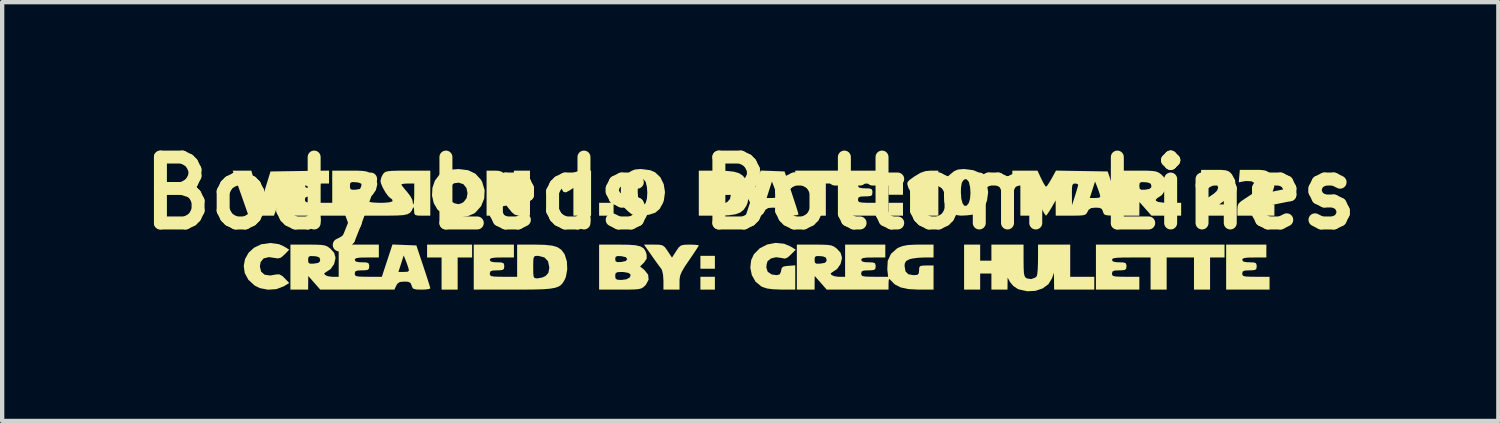
<source format=kicad_pcb>
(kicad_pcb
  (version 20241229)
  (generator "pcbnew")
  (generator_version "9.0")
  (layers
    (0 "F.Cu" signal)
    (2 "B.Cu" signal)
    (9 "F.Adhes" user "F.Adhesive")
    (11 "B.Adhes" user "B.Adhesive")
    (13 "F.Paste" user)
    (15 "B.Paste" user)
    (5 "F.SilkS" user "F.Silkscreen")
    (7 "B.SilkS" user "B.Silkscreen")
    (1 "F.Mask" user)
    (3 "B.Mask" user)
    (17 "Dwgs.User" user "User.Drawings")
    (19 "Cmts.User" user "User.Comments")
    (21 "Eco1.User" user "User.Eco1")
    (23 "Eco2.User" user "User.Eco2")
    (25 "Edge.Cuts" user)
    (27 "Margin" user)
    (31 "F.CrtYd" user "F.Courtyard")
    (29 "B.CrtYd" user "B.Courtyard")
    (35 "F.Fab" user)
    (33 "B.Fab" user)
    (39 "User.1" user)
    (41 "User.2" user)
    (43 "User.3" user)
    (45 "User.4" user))
  (footprint "Body Leds Bottom Lines"
    (layer "F.Cu")
    (at 14.304 1.418)
    (property "Reference" "Body Leds Bottom Lines" (at 0 0 0) (layer "F.SilkS") (effects (font (size 1.524 1.524) (thickness 0.3))))
    (attr board_only exclude_from_pos_files exclude_from_bom)
    (fp_poly (pts (xy -3.161 0.521) (xy -3.496 0.521) (xy -3.496 0.223) (xy -3.161 0.223)) (stroke (width 0) (type solid)) (fill yes) (layer "F.SilkS"))
    (fp_poly (pts (xy -0.818 1.748) (xy -1.153 1.748) (xy -1.153 1.45) (xy -0.818 1.45)) (stroke (width 0) (type solid)) (fill yes) (layer "F.SilkS"))
    (fp_poly (pts (xy -0.818 2.231) (xy -1.153 2.231) (xy -1.153 1.934) (xy -0.818 1.934)) (stroke (width 0) (type solid)) (fill yes) (layer "F.SilkS"))
    (fp_poly (pts (xy 3.533 0.037) (xy 3.198 0.037) (xy 3.198 -0.26) (xy 3.533 -0.26)) (stroke (width 0) (type solid)) (fill yes) (layer "F.SilkS"))
    (fp_poly (pts (xy 3.533 0.521) (xy 3.198 0.521) (xy 3.198 0.223) (xy 3.533 0.223)) (stroke (width 0) (type solid)) (fill yes) (layer "F.SilkS"))
    (fp_poly (pts (xy -6.434 1.488) (xy -6.768 1.488) (xy -6.768 2.231) (xy -7.14 2.231) (xy -7.14 1.488) (xy -7.475 1.488) (xy -7.475 1.19) (xy -6.434 1.19)) (stroke (width 0) (type solid)) (fill yes) (layer "F.SilkS"))
    (fp_poly (pts (xy 2.083 -0.223) (xy 1.748 -0.223) (xy 1.748 0.521) (xy 1.376 0.521) (xy 1.376 -0.223) (xy 1.041 -0.223) (xy 1.041 -0.521) (xy 2.083 -0.521)) (stroke (width 0) (type solid)) (fill yes) (layer "F.SilkS"))
    (fp_poly (pts (xy -3.682 0.521) (xy -4.091 0.521) (xy -4.091 -0.12) (xy -4.185 -0.059) (xy -4.268 -0.017) (xy -4.324 -0.033) (xy -4.37 -0.113) (xy -4.383 -0.149) (xy -4.401 -0.212) (xy -4.392 -0.26) (xy -4.346 -0.308) (xy -4.251 -0.376) (xy -4.229 -0.391) (xy -4.095 -0.471) (xy -3.98 -0.51) (xy -3.859 -0.521) (xy -3.682 -0.521)) (stroke (width 0) (type solid)) (fill yes) (layer "F.SilkS"))
    (fp_poly (pts (xy 4.351 0.521) (xy 3.942 0.521) (xy 3.942 -0.12) (xy 3.848 -0.059) (xy 3.765 -0.017) (xy 3.708 -0.033) (xy 3.663 -0.113) (xy 3.65 -0.149) (xy 3.632 -0.212) (xy 3.641 -0.26) (xy 3.687 -0.308) (xy 3.782 -0.376) (xy 3.804 -0.391) (xy 3.938 -0.471) (xy 4.052 -0.51) (xy 4.174 -0.521) (xy 4.351 -0.521)) (stroke (width 0) (type solid)) (fill yes) (layer "F.SilkS"))
    (fp_poly (pts (xy -5.815 -0.516) (xy -5.74 -0.49) (xy -5.667 -0.429) (xy -5.607 -0.363) (xy -5.469 -0.205) (xy -5.468 -0.363) (xy -5.467 -0.521) (xy -5.095 -0.521) (xy -5.095 0.521) (xy -5.276 0.521) (xy -5.381 0.516) (xy -5.453 0.494) (xy -5.517 0.439) (xy -5.592 0.347) (xy -5.727 0.174) (xy -5.727 0.521) (xy -6.099 0.521) (xy -6.099 -0.521) (xy -5.922 -0.521)) (stroke (width 0) (type solid)) (fill yes) (layer "F.SilkS"))
    (fp_poly (pts (xy 3.049 -0.223) (xy 2.771 -0.223) (xy 2.623 -0.22) (xy 2.537 -0.21) (xy 2.498 -0.189) (xy 2.492 -0.167) (xy 2.514 -0.131) (xy 2.588 -0.114) (xy 2.659 -0.112) (xy 2.762 -0.108) (xy 2.811 -0.089) (xy 2.826 -0.044) (xy 2.826 -0.019) (xy 2.819 0.039) (xy 2.785 0.066) (xy 2.704 0.074) (xy 2.659 0.074) (xy 2.554 0.079) (xy 2.505 0.099) (xy 2.492 0.143) (xy 2.492 0.149) (xy 2.498 0.185) (xy 2.525 0.207) (xy 2.588 0.218) (xy 2.702 0.223) (xy 2.808 0.223) (xy 3.124 0.223) (xy 3.124 0.521) (xy 2.12 0.521) (xy 2.12 -0.521) (xy 3.049 -0.521)) (stroke (width 0) (type solid)) (fill yes) (layer "F.SilkS"))
    (fp_poly (pts (xy 11.938 1.488) (xy 11.659 1.488) (xy 11.512 1.49) (xy 11.425 1.501) (xy 11.386 1.522) (xy 11.38 1.543) (xy 11.402 1.58) (xy 11.476 1.597) (xy 11.547 1.599) (xy 11.65 1.603) (xy 11.699 1.622) (xy 11.714 1.667) (xy 11.714 1.692) (xy 11.708 1.749) (xy 11.673 1.777) (xy 11.592 1.785) (xy 11.547 1.785) (xy 11.443 1.79) (xy 11.393 1.81) (xy 11.38 1.854) (xy 11.38 1.859) (xy 11.386 1.896) (xy 11.413 1.918) (xy 11.476 1.929) (xy 11.59 1.933) (xy 11.696 1.934) (xy 12.012 1.934) (xy 12.012 2.231) (xy 11.008 2.231) (xy 11.008 1.19) (xy 11.938 1.19)) (stroke (width 0) (type solid)) (fill yes) (layer "F.SilkS"))
    (fp_poly (pts (xy 10.896 -0.538) (xy 10.995 -0.529) (xy 11.059 -0.509) (xy 11.107 -0.473) (xy 11.141 -0.435) (xy 11.215 -0.299) (xy 11.227 -0.148) (xy 11.192 -0.034) (xy 11.139 0.031) (xy 11.05 0.112) (xy 11 0.15) (xy 10.848 0.26) (xy 11.231 0.26) (xy 11.231 0.521) (xy 10.376 0.521) (xy 10.376 0.377) (xy 10.38 0.299) (xy 10.403 0.242) (xy 10.458 0.189) (xy 10.559 0.121) (xy 10.599 0.096) (xy 10.724 0.012) (xy 10.794 -0.054) (xy 10.821 -0.113) (xy 10.822 -0.131) (xy 10.791 -0.222) (xy 10.704 -0.274) (xy 10.574 -0.281) (xy 10.54 -0.276) (xy 10.408 -0.251) (xy 10.431 -0.539) (xy 10.742 -0.539)) (stroke (width 0) (type solid)) (fill yes) (layer "F.SilkS"))
    (fp_poly (pts (xy 11.788 -0.538) (xy 11.887 -0.529) (xy 11.951 -0.509) (xy 11.999 -0.473) (xy 12.034 -0.435) (xy 12.107 -0.299) (xy 12.12 -0.148) (xy 12.084 -0.034) (xy 12.032 0.031) (xy 11.943 0.112) (xy 11.893 0.15) (xy 11.741 0.26) (xy 12.124 0.26) (xy 12.124 0.521) (xy 11.268 0.521) (xy 11.268 0.377) (xy 11.273 0.299) (xy 11.295 0.242) (xy 11.35 0.189) (xy 11.452 0.121) (xy 11.491 0.096) (xy 11.617 0.012) (xy 11.687 -0.054) (xy 11.713 -0.113) (xy 11.714 -0.131) (xy 11.683 -0.222) (xy 11.597 -0.274) (xy 11.466 -0.281) (xy 11.433 -0.276) (xy 11.3 -0.251) (xy 11.324 -0.539) (xy 11.634 -0.539)) (stroke (width 0) (type solid)) (fill yes) (layer "F.SilkS"))
    (fp_poly (pts (xy -10.899 1.181) (xy -10.789 1.23) (xy -10.664 1.306) (xy -10.77 1.417) (xy -10.853 1.49) (xy -10.924 1.51) (xy -10.97 1.503) (xy -11.135 1.479) (xy -11.255 1.509) (xy -11.325 1.591) (xy -11.343 1.692) (xy -11.315 1.814) (xy -11.235 1.885) (xy -11.105 1.905) (xy -10.97 1.881) (xy -10.894 1.877) (xy -10.822 1.917) (xy -10.77 1.967) (xy -10.664 2.078) (xy -10.789 2.154) (xy -10.961 2.22) (xy -11.156 2.233) (xy -11.346 2.196) (xy -11.464 2.137) (xy -11.61 2.002) (xy -11.693 1.847) (xy -11.716 1.684) (xy -11.686 1.524) (xy -11.605 1.379) (xy -11.478 1.262) (xy -11.309 1.182) (xy -11.103 1.153) (xy -11.101 1.153)) (stroke (width 0) (type solid)) (fill yes) (layer "F.SilkS"))
    (fp_poly (pts (xy -2.108 1.192) (xy -2.031 1.207) (xy -1.977 1.247) (xy -1.922 1.322) (xy -1.91 1.341) (xy -1.81 1.491) (xy -1.714 1.341) (xy -1.656 1.256) (xy -1.603 1.211) (xy -1.53 1.194) (xy -1.41 1.19) (xy -1.404 1.19) (xy -1.289 1.193) (xy -1.211 1.201) (xy -1.19 1.209) (xy -1.21 1.245) (xy -1.264 1.329) (xy -1.343 1.447) (xy -1.413 1.549) (xy -1.516 1.701) (xy -1.581 1.811) (xy -1.618 1.898) (xy -1.634 1.979) (xy -1.636 2.051) (xy -1.636 2.231) (xy -2.008 2.231) (xy -2.008 2.02) (xy -2.017 1.887) (xy -2.04 1.785) (xy -2.057 1.751) (xy -2.101 1.694) (xy -2.174 1.594) (xy -2.261 1.472) (xy -2.282 1.441) (xy -2.458 1.19) (xy -2.234 1.19)) (stroke (width 0) (type solid)) (fill yes) (layer "F.SilkS"))
    (fp_poly (pts (xy 0.784 1.17) (xy 0.926 1.23) (xy 1.053 1.307) (xy 0.939 1.421) (xy 0.86 1.491) (xy 0.799 1.514) (xy 0.726 1.5) (xy 0.719 1.498) (xy 0.598 1.482) (xy 0.482 1.509) (xy 0.402 1.572) (xy 0.401 1.573) (xy 0.38 1.642) (xy 0.372 1.719) (xy 0.404 1.819) (xy 0.494 1.88) (xy 0.609 1.897) (xy 0.68 1.88) (xy 0.71 1.817) (xy 0.713 1.794) (xy 0.729 1.729) (xy 0.772 1.696) (xy 0.863 1.682) (xy 0.883 1.681) (xy 1.041 1.669) (xy 1.041 2.231) (xy 0.716 2.23) (xy 0.526 2.223) (xy 0.389 2.205) (xy 0.285 2.171) (xy 0.256 2.157) (xy 0.123 2.048) (xy 0.037 1.897) (xy 0.001 1.724) (xy 0.021 1.549) (xy 0.084 1.413) (xy 0.219 1.276) (xy 0.394 1.187) (xy 0.589 1.15)) (stroke (width 0) (type solid)) (fill yes) (layer "F.SilkS"))
    (fp_poly (pts (xy 0.517 -0.513) (xy 0.793 -0.502) (xy 0.954 -0.02) (xy 1.013 0.159) (xy 1.063 0.311) (xy 1.098 0.425) (xy 1.115 0.486) (xy 1.116 0.492) (xy 1.082 0.508) (xy 0.995 0.518) (xy 0.912 0.521) (xy 0.793 0.517) (xy 0.729 0.502) (xy 0.697 0.467) (xy 0.685 0.428) (xy 0.658 0.366) (xy 0.603 0.34) (xy 0.516 0.335) (xy 0.413 0.344) (xy 0.354 0.382) (xy 0.328 0.428) (xy 0.294 0.483) (xy 0.241 0.511) (xy 0.147 0.52) (xy 0.09 0.521) (xy -0.105 0.521) (xy 0.031 0.112) (xy 0.379 0.112) (xy 0.508 0.112) (xy 0.593 0.106) (xy 0.621 0.082) (xy 0.612 0.028) (xy 0.578 -0.07) (xy 0.543 -0.163) (xy 0.501 -0.269) (xy 0.44 -0.079) (xy 0.379 0.112) (xy 0.031 0.112) (xy 0.068 -0.001) (xy 0.241 -0.523)) (stroke (width 0) (type solid)) (fill yes) (layer "F.SilkS"))
    (fp_poly (pts (xy 10.971 1.488) (xy 10.636 1.488) (xy 10.636 2.231) (xy 10.264 2.231) (xy 10.264 1.488) (xy 9.632 1.488) (xy 9.632 2.231) (xy 9.26 2.231) (xy 9.26 1.488) (xy 8.814 1.488) (xy 8.621 1.489) (xy 8.492 1.494) (xy 8.414 1.504) (xy 8.376 1.521) (xy 8.367 1.543) (xy 8.389 1.58) (xy 8.464 1.597) (xy 8.535 1.599) (xy 8.638 1.603) (xy 8.687 1.622) (xy 8.702 1.667) (xy 8.702 1.692) (xy 8.695 1.749) (xy 8.661 1.777) (xy 8.58 1.785) (xy 8.535 1.785) (xy 8.43 1.79) (xy 8.381 1.81) (xy 8.368 1.854) (xy 8.367 1.859) (xy 8.373 1.896) (xy 8.401 1.918) (xy 8.464 1.929) (xy 8.578 1.933) (xy 8.684 1.934) (xy 9 1.934) (xy 9 2.231) (xy 7.996 2.231) (xy 7.996 1.19) (xy 10.971 1.19)) (stroke (width 0) (type solid)) (fill yes) (layer "F.SilkS"))
    (fp_poly (pts (xy -0.548 -0.515) (xy -0.378 -0.497) (xy -0.256 -0.46) (xy -0.169 -0.402) (xy -0.103 -0.317) (xy -0.087 -0.288) (xy -0.039 -0.131) (xy -0.031 0.053) (xy -0.063 0.227) (xy -0.089 0.29) (xy -0.15 0.382) (xy -0.23 0.447) (xy -0.342 0.489) (xy -0.498 0.512) (xy -0.713 0.52) (xy -0.779 0.521) (xy -1.19 0.521) (xy -1.19 0) (xy -0.818 0) (xy -0.817 0.136) (xy -0.809 0.214) (xy -0.789 0.25) (xy -0.749 0.26) (xy -0.715 0.26) (xy -0.604 0.239) (xy -0.529 0.202) (xy -0.468 0.133) (xy -0.447 0.025) (xy -0.446 0) (xy -0.476 -0.137) (xy -0.56 -0.225) (xy -0.695 -0.26) (xy -0.715 -0.26) (xy -0.769 -0.258) (xy -0.8 -0.238) (xy -0.814 -0.187) (xy -0.818 -0.086) (xy -0.818 0) (xy -1.19 0) (xy -1.19 -0.521) (xy -0.779 -0.521)) (stroke (width 0) (type solid)) (fill yes) (layer "F.SilkS"))
    (fp_poly (pts (xy -6.527 -0.531) (xy -6.357 -0.45) (xy -6.231 -0.312) (xy -6.201 -0.26) (xy -6.144 -0.069) (xy -6.154 0.124) (xy -6.226 0.301) (xy -6.357 0.448) (xy -6.393 0.473) (xy -6.538 0.534) (xy -6.719 0.56) (xy -6.908 0.55) (xy -7.074 0.503) (xy -7.101 0.49) (xy -7.235 0.379) (xy -7.322 0.229) (xy -7.361 0.056) (xy -7.358 0) (xy -6.953 0) (xy -6.941 0.127) (xy -6.897 0.202) (xy -6.843 0.233) (xy -6.751 0.255) (xy -6.672 0.231) (xy -6.628 0.202) (xy -6.561 0.115) (xy -6.54 -0.001) (xy -6.564 -0.117) (xy -6.633 -0.205) (xy -6.636 -0.207) (xy -6.743 -0.243) (xy -6.85 -0.229) (xy -6.926 -0.172) (xy -6.944 -0.108) (xy -6.953 -0.01) (xy -6.953 0) (xy -7.358 0) (xy -7.352 -0.122) (xy -7.295 -0.289) (xy -7.191 -0.426) (xy -7.101 -0.49) (xy -6.937 -0.543) (xy -6.747 -0.558)) (stroke (width 0) (type solid)) (fill yes) (layer "F.SilkS"))
    (fp_poly (pts (xy 5.318 1.562) (xy 5.578 1.562) (xy 5.578 1.19) (xy 6.322 1.19) (xy 6.322 1.561) (xy 6.324 1.733) (xy 6.33 1.845) (xy 6.344 1.913) (xy 6.367 1.951) (xy 6.394 1.97) (xy 6.495 1.988) (xy 6.592 1.954) (xy 6.628 1.918) (xy 6.64 1.865) (xy 6.65 1.757) (xy 6.655 1.612) (xy 6.656 1.534) (xy 6.657 1.19) (xy 7.401 1.19) (xy 7.401 1.934) (xy 7.958 1.934) (xy 7.958 2.231) (xy 7.029 2.231) (xy 7.027 2.036) (xy 7.024 1.841) (xy 6.98 1.97) (xy 6.897 2.105) (xy 6.763 2.204) (xy 6.594 2.26) (xy 6.406 2.269) (xy 6.216 2.227) (xy 6.185 2.214) (xy 6.085 2.147) (xy 6.01 2.058) (xy 5.953 1.952) (xy 5.95 2.231) (xy 5.578 2.231) (xy 5.578 1.859) (xy 5.318 1.859) (xy 5.318 2.231) (xy 4.946 2.231) (xy 4.946 1.19) (xy 5.318 1.19)) (stroke (width 0) (type solid)) (fill yes) (layer "F.SilkS"))
    (fp_poly (pts (xy -2.313 -0.531) (xy -2.201 -0.483) (xy -2.079 -0.367) (xy -2.001 -0.207) (xy -1.972 -0.023) (xy -1.998 0.167) (xy -2.022 0.234) (xy -2.098 0.368) (xy -2.199 0.453) (xy -2.343 0.499) (xy -2.471 0.514) (xy -2.603 0.52) (xy -2.689 0.51) (xy -2.757 0.477) (xy -2.836 0.411) (xy -2.85 0.397) (xy -2.923 0.328) (xy -2.965 0.27) (xy -2.986 0.2) (xy -2.993 0.096) (xy -2.994 -0.019) (xy -2.994 -0.021) (xy -2.603 -0.021) (xy -2.592 0.133) (xy -2.562 0.241) (xy -2.518 0.295) (xy -2.467 0.288) (xy -2.419 0.226) (xy -2.39 0.127) (xy -2.381 -0.006) (xy -2.39 -0.142) (xy -2.416 -0.251) (xy -2.432 -0.28) (xy -2.48 -0.327) (xy -2.527 -0.313) (xy -2.543 -0.301) (xy -2.581 -0.241) (xy -2.6 -0.132) (xy -2.603 -0.021) (xy -2.994 -0.021) (xy -2.992 -0.164) (xy -2.983 -0.257) (xy -2.957 -0.322) (xy -2.909 -0.38) (xy -2.855 -0.431) (xy -2.759 -0.509) (xy -2.672 -0.546) (xy -2.556 -0.557) (xy -2.52 -0.558)) (stroke (width 0) (type solid)) (fill yes) (layer "F.SilkS"))
    (fp_poly (pts (xy 5.162 -0.531) (xy 5.274 -0.483) (xy 5.396 -0.367) (xy 5.474 -0.207) (xy 5.503 -0.023) (xy 5.477 0.167) (xy 5.453 0.234) (xy 5.377 0.368) (xy 5.276 0.453) (xy 5.132 0.499) (xy 5.004 0.514) (xy 4.872 0.52) (xy 4.786 0.51) (xy 4.718 0.477) (xy 4.639 0.411) (xy 4.625 0.397) (xy 4.552 0.328) (xy 4.51 0.27) (xy 4.489 0.2) (xy 4.482 0.096) (xy 4.481 -0.019) (xy 4.481 -0.021) (xy 4.872 -0.021) (xy 4.883 0.133) (xy 4.913 0.241) (xy 4.957 0.295) (xy 5.008 0.288) (xy 5.056 0.226) (xy 5.084 0.127) (xy 5.094 -0.006) (xy 5.085 -0.142) (xy 5.059 -0.251) (xy 5.043 -0.28) (xy 4.995 -0.327) (xy 4.948 -0.313) (xy 4.932 -0.301) (xy 4.894 -0.241) (xy 4.875 -0.132) (xy 4.872 -0.021) (xy 4.481 -0.021) (xy 4.483 -0.164) (xy 4.492 -0.257) (xy 4.518 -0.322) (xy 4.566 -0.38) (xy 4.62 -0.431) (xy 4.716 -0.509) (xy 4.803 -0.546) (xy 4.919 -0.557) (xy 4.955 -0.558)) (stroke (width 0) (type solid)) (fill yes) (layer "F.SilkS"))
    (fp_poly (pts (xy -2.81 1.193) (xy -2.648 1.206) (xy -2.536 1.233) (xy -2.465 1.278) (xy -2.421 1.344) (xy -2.397 1.421) (xy -2.395 1.514) (xy -2.451 1.598) (xy -2.46 1.608) (xy -2.548 1.696) (xy -2.445 1.78) (xy -2.362 1.886) (xy -2.351 2.001) (xy -2.413 2.117) (xy -2.434 2.14) (xy -2.475 2.177) (xy -2.52 2.203) (xy -2.582 2.219) (xy -2.676 2.227) (xy -2.816 2.231) (xy -3.011 2.231) (xy -3.496 2.231) (xy -3.496 1.915) (xy -3.124 1.915) (xy -3.115 1.976) (xy -3.076 2.002) (xy -2.984 2.008) (xy -2.98 2.008) (xy -2.863 1.992) (xy -2.787 1.95) (xy -2.787 1.95) (xy -2.765 1.889) (xy -2.812 1.846) (xy -2.924 1.825) (xy -2.984 1.823) (xy -3.076 1.828) (xy -3.116 1.855) (xy -3.124 1.915) (xy -3.496 1.915) (xy -3.496 1.525) (xy -3.124 1.525) (xy -3.114 1.576) (xy -3.07 1.595) (xy -2.984 1.592) (xy -2.88 1.57) (xy -2.845 1.526) (xy -2.845 1.525) (xy -2.879 1.48) (xy -2.981 1.458) (xy -2.984 1.457) (xy -3.076 1.455) (xy -3.116 1.477) (xy -3.124 1.525) (xy -3.496 1.525) (xy -3.496 1.19) (xy -3.035 1.19)) (stroke (width 0) (type solid)) (fill yes) (layer "F.SilkS"))
    (fp_poly (pts (xy -5.467 1.488) (xy -5.746 1.488) (xy -5.893 1.49) (xy -5.979 1.501) (xy -6.018 1.522) (xy -6.025 1.543) (xy -6.003 1.58) (xy -5.928 1.597) (xy -5.857 1.599) (xy -5.754 1.603) (xy -5.705 1.622) (xy -5.691 1.667) (xy -5.69 1.692) (xy -5.697 1.749) (xy -5.731 1.777) (xy -5.812 1.785) (xy -5.857 1.785) (xy -5.962 1.79) (xy -6.011 1.81) (xy -6.025 1.854) (xy -6.025 1.859) (xy -6.019 1.896) (xy -5.991 1.918) (xy -5.928 1.929) (xy -5.814 1.933) (xy -5.708 1.934) (xy -5.392 1.934) (xy -5.392 1.711) (xy -5.02 1.711) (xy -5.019 1.847) (xy -5.012 1.924) (xy -4.991 1.96) (xy -4.951 1.97) (xy -4.917 1.971) (xy -4.807 1.95) (xy -4.731 1.913) (xy -4.67 1.844) (xy -4.649 1.736) (xy -4.649 1.711) (xy -4.678 1.574) (xy -4.762 1.486) (xy -4.898 1.451) (xy -4.917 1.45) (xy -4.971 1.453) (xy -5.002 1.472) (xy -5.016 1.524) (xy -5.02 1.625) (xy -5.02 1.711) (xy -5.392 1.711) (xy -5.392 1.19) (xy -4.981 1.19) (xy -4.751 1.195) (xy -4.581 1.214) (xy -4.458 1.25) (xy -4.371 1.309) (xy -4.306 1.394) (xy -4.29 1.423) (xy -4.241 1.58) (xy -4.233 1.763) (xy -4.265 1.938) (xy -4.292 2.001) (xy -4.33 2.068) (xy -4.374 2.12) (xy -4.432 2.16) (xy -4.514 2.189) (xy -4.628 2.209) (xy -4.783 2.222) (xy -4.988 2.228) (xy -5.252 2.231) (xy -5.484 2.231) (xy -6.396 2.231) (xy -6.396 1.19) (xy -5.467 1.19)) (stroke (width 0) (type solid)) (fill yes) (layer "F.SilkS"))
    (fp_poly (pts (xy -8 1.198) (xy -7.723 1.209) (xy -7.562 1.691) (xy -7.503 1.869) (xy -7.454 2.022) (xy -7.418 2.136) (xy -7.401 2.197) (xy -7.401 2.202) (xy -7.434 2.218) (xy -7.521 2.229) (xy -7.604 2.231) (xy -7.723 2.228) (xy -7.788 2.213) (xy -7.819 2.178) (xy -7.832 2.138) (xy -7.858 2.077) (xy -7.914 2.05) (xy -8 2.045) (xy -8.104 2.055) (xy -8.162 2.093) (xy -8.188 2.138) (xy -8.231 2.231) (xy -9.946 2.231) (xy -10.085 2.073) (xy -10.224 1.915) (xy -10.225 2.073) (xy -10.227 2.231) (xy -10.636 2.231) (xy -10.636 1.543) (xy -10.227 1.543) (xy -10.22 1.607) (xy -10.185 1.631) (xy -10.099 1.63) (xy -10.087 1.629) (xy -9.993 1.613) (xy -9.953 1.577) (xy -9.948 1.543) (xy -9.964 1.491) (xy -10.024 1.465) (xy -10.087 1.457) (xy -10.179 1.455) (xy -10.218 1.476) (xy -10.227 1.535) (xy -10.227 1.543) (xy -10.636 1.543) (xy -10.636 1.19) (xy -10.23 1.19) (xy -10.049 1.191) (xy -9.925 1.197) (xy -9.842 1.209) (xy -9.782 1.233) (xy -9.729 1.27) (xy -9.709 1.286) (xy -9.626 1.378) (xy -9.596 1.48) (xy -9.595 1.511) (xy -9.626 1.64) (xy -9.706 1.755) (xy -9.814 1.827) (xy -9.817 1.828) (xy -9.856 1.858) (xy -9.835 1.892) (xy -9.77 1.921) (xy -9.675 1.934) (xy -9.667 1.934) (xy -9.52 1.934) (xy -9.52 1.19) (xy -8.591 1.19) (xy -8.591 1.488) (xy -8.87 1.488) (xy -9.017 1.49) (xy -9.103 1.501) (xy -9.142 1.522) (xy -9.148 1.543) (xy -9.127 1.58) (xy -9.052 1.597) (xy -8.981 1.599) (xy -8.878 1.603) (xy -8.829 1.622) (xy -8.814 1.667) (xy -8.814 1.692) (xy -8.821 1.749) (xy -8.855 1.777) (xy -8.936 1.785) (xy -8.981 1.785) (xy -9.086 1.79) (xy -9.135 1.81) (xy -9.148 1.854) (xy -9.148 1.859) (xy -9.143 1.896) (xy -9.115 1.918) (xy -9.051 1.929) (xy -8.937 1.933) (xy -8.835 1.934) (xy -8.521 1.934) (xy -8.485 1.822) (xy -8.138 1.822) (xy -8.008 1.822) (xy -7.923 1.817) (xy -7.895 1.792) (xy -7.905 1.739) (xy -7.938 1.64) (xy -7.973 1.548) (xy -8.016 1.441) (xy -8.077 1.632) (xy -8.138 1.822) (xy -8.485 1.822) (xy -8.399 1.561) (xy -8.276 1.187)) (stroke (width 0) (type solid)) (fill yes) (layer "F.SilkS"))
    (fp_poly (pts (xy 1.666 1.191) (xy 1.789 1.197) (xy 1.872 1.209) (xy 1.932 1.233) (xy 1.986 1.27) (xy 2.005 1.286) (xy 2.089 1.378) (xy 2.119 1.48) (xy 2.12 1.511) (xy 2.088 1.64) (xy 2.008 1.755) (xy 1.9 1.827) (xy 1.897 1.828) (xy 1.859 1.858) (xy 1.879 1.892) (xy 1.944 1.921) (xy 2.039 1.934) (xy 2.048 1.934) (xy 2.194 1.934) (xy 2.194 1.19) (xy 3.124 1.19) (xy 3.124 1.488) (xy 2.845 1.488) (xy 2.698 1.49) (xy 2.611 1.501) (xy 2.572 1.522) (xy 2.566 1.543) (xy 2.588 1.58) (xy 2.662 1.597) (xy 2.733 1.599) (xy 2.837 1.603) (xy 2.886 1.622) (xy 2.9 1.667) (xy 2.901 1.692) (xy 2.894 1.749) (xy 2.86 1.777) (xy 2.779 1.785) (xy 2.733 1.785) (xy 2.629 1.79) (xy 2.579 1.81) (xy 2.566 1.854) (xy 2.566 1.859) (xy 2.572 1.896) (xy 2.6 1.918) (xy 2.664 1.929) (xy 2.779 1.933) (xy 2.878 1.934) (xy 3.189 1.934) (xy 3.17 1.761) (xy 3.18 1.566) (xy 3.255 1.404) (xy 3.391 1.282) (xy 3.427 1.261) (xy 3.525 1.223) (xy 3.645 1.2) (xy 3.808 1.191) (xy 3.903 1.19) (xy 4.24 1.19) (xy 4.24 1.488) (xy 4.022 1.488) (xy 3.879 1.495) (xy 3.747 1.513) (xy 3.687 1.528) (xy 3.604 1.57) (xy 3.573 1.633) (xy 3.57 1.688) (xy 3.591 1.81) (xy 3.658 1.876) (xy 3.781 1.897) (xy 3.782 1.897) (xy 3.866 1.889) (xy 3.899 1.854) (xy 3.905 1.785) (xy 3.91 1.716) (xy 3.938 1.684) (xy 4.009 1.674) (xy 4.072 1.673) (xy 4.24 1.673) (xy 4.24 2.231) (xy 3.896 2.231) (xy 3.658 2.219) (xy 3.479 2.18) (xy 3.344 2.111) (xy 3.247 2.013) (xy 3.217 1.984) (xy 3.203 2.01) (xy 3.199 2.092) (xy 3.198 2.231) (xy 1.768 2.231) (xy 1.63 2.073) (xy 1.491 1.915) (xy 1.489 2.073) (xy 1.488 2.231) (xy 1.078 2.231) (xy 1.078 1.543) (xy 1.488 1.543) (xy 1.495 1.607) (xy 1.53 1.631) (xy 1.615 1.63) (xy 1.627 1.629) (xy 1.722 1.613) (xy 1.761 1.577) (xy 1.766 1.543) (xy 1.75 1.491) (xy 1.69 1.465) (xy 1.627 1.457) (xy 1.536 1.455) (xy 1.496 1.476) (xy 1.488 1.535) (xy 1.488 1.543) (xy 1.078 1.543) (xy 1.078 1.19) (xy 1.485 1.19)) (stroke (width 0) (type solid)) (fill yes) (layer "F.SilkS"))
    (fp_poly (pts (xy 8.268 -0.502) (xy 8.585 0.428) (xy 8.588 -0.167) (xy 9 -0.167) (xy 9.007 -0.104) (xy 9.042 -0.08) (xy 9.127 -0.08) (xy 9.139 -0.081) (xy 9.234 -0.098) (xy 9.274 -0.133) (xy 9.279 -0.167) (xy 9.263 -0.219) (xy 9.202 -0.245) (xy 9.139 -0.253) (xy 9.048 -0.256) (xy 9.009 -0.235) (xy 9 -0.176) (xy 9 -0.167) (xy 8.588 -0.167) (xy 8.591 -0.521) (xy 8.997 -0.521) (xy 9.178 -0.52) (xy 9.301 -0.514) (xy 9.385 -0.501) (xy 9.444 -0.478) (xy 9.498 -0.44) (xy 9.517 -0.424) (xy 9.601 -0.333) (xy 9.631 -0.231) (xy 9.632 -0.2) (xy 9.601 -0.071) (xy 9.52 0.045) (xy 9.412 0.117) (xy 9.409 0.118) (xy 9.379 0.156) (xy 9.386 0.179) (xy 9.44 0.204) (xy 9.558 0.219) (xy 9.69 0.223) (xy 9.967 0.223) (xy 9.967 0.521) (xy 9.281 0.521) (xy 9.142 0.363) (xy 9.003 0.205) (xy 9.001 0.363) (xy 9 0.521) (xy 8.591 0.521) (xy 8.413 0.52) (xy 8.295 0.516) (xy 8.224 0.507) (xy 8.186 0.488) (xy 8.168 0.457) (xy 8.16 0.428) (xy 8.133 0.366) (xy 8.078 0.34) (xy 7.991 0.335) (xy 7.888 0.344) (xy 7.829 0.382) (xy 7.803 0.428) (xy 7.779 0.471) (xy 7.746 0.498) (xy 7.687 0.513) (xy 7.586 0.519) (xy 7.429 0.521) (xy 7.413 0.521) (xy 7.066 0.521) (xy 7.065 0.344) (xy 7.064 0.167) (xy 6.963 0.344) (xy 6.903 0.441) (xy 6.858 0.505) (xy 6.841 0.52) (xy 6.815 0.49) (xy 6.768 0.411) (xy 6.723 0.325) (xy 6.624 0.13) (xy 6.622 0.325) (xy 6.62 0.521) (xy 6.248 0.521) (xy 6.248 0.02) (xy 7.44 0.02) (xy 7.44 0.028) (xy 7.442 0.279) (xy 7.496 0.112) (xy 7.854 0.112) (xy 7.983 0.112) (xy 8.068 0.106) (xy 8.096 0.082) (xy 8.086 0.028) (xy 8.053 -0.07) (xy 8.018 -0.163) (xy 7.975 -0.269) (xy 7.915 -0.079) (xy 7.854 0.112) (xy 7.496 0.112) (xy 7.514 0.056) (xy 7.551 -0.065) (xy 7.577 -0.156) (xy 7.586 -0.195) (xy 7.555 -0.218) (xy 7.512 -0.223) (xy 7.473 -0.216) (xy 7.45 -0.184) (xy 7.441 -0.111) (xy 7.44 0.02) (xy 6.248 0.02) (xy 6.248 -0.223) (xy 6.155 -0.223) (xy 6.095 -0.231) (xy 6.068 -0.27) (xy 6.062 -0.359) (xy 6.062 -0.372) (xy 6.062 -0.521) (xy 6.644 -0.521) (xy 6.731 -0.335) (xy 6.783 -0.233) (xy 6.825 -0.165) (xy 6.843 -0.149) (xy 6.873 -0.179) (xy 6.924 -0.256) (xy 6.97 -0.336) (xy 7.072 -0.522)) (stroke (width 0) (type solid)) (fill yes) (layer "F.SilkS"))
    (fp_poly (pts (xy -9.743 -0.223) (xy -10.022 -0.223) (xy -10.17 -0.22) (xy -10.256 -0.21) (xy -10.295 -0.189) (xy -10.301 -0.167) (xy -10.279 -0.131) (xy -10.205 -0.114) (xy -10.134 -0.112) (xy -10.031 -0.108) (xy -9.982 -0.089) (xy -9.967 -0.044) (xy -9.967 -0.019) (xy -9.974 0.039) (xy -10.008 0.066) (xy -10.089 0.074) (xy -10.134 0.074) (xy -10.239 0.079) (xy -10.288 0.099) (xy -10.301 0.143) (xy -10.301 0.149) (xy -10.295 0.185) (xy -10.268 0.207) (xy -10.205 0.218) (xy -10.091 0.223) (xy -9.985 0.223) (xy -9.669 0.223) (xy -9.669 -0.167) (xy -9.26 -0.167) (xy -9.253 -0.104) (xy -9.218 -0.08) (xy -9.133 -0.08) (xy -9.121 -0.081) (xy -9.026 -0.098) (xy -8.986 -0.133) (xy -8.981 -0.167) (xy -8.997 -0.219) (xy -9.058 -0.245) (xy -9.121 -0.253) (xy -9.212 -0.256) (xy -9.251 -0.235) (xy -9.26 -0.176) (xy -9.26 -0.167) (xy -9.669 -0.167) (xy -9.669 -0.521) (xy -9.263 -0.521) (xy -9.082 -0.52) (xy -8.958 -0.514) (xy -8.875 -0.501) (xy -8.815 -0.478) (xy -8.762 -0.44) (xy -8.742 -0.424) (xy -8.659 -0.333) (xy -8.629 -0.231) (xy -8.628 -0.2) (xy -8.659 -0.071) (xy -8.739 0.045) (xy -8.848 0.117) (xy -8.85 0.118) (xy -8.881 0.156) (xy -8.874 0.179) (xy -8.825 0.201) (xy -8.725 0.216) (xy -8.598 0.223) (xy -8.467 0.222) (xy -8.355 0.212) (xy -8.285 0.194) (xy -8.274 0.186) (xy -8.283 0.143) (xy -8.31 0.126) (xy -8.368 0.077) (xy -8.437 -0.016) (xy -8.5 -0.127) (xy -8.531 -0.2) (xy -8.07 -0.2) (xy -8.047 -0.161) (xy -7.988 -0.088) (xy -7.94 -0.032) (xy -7.865 0.064) (xy -7.818 0.151) (xy -7.81 0.186) (xy -7.802 0.247) (xy -7.791 0.26) (xy -7.782 0.226) (xy -7.775 0.138) (xy -7.772 0.019) (xy -7.772 -0.223) (xy -7.921 -0.223) (xy -8.014 -0.218) (xy -8.066 -0.205) (xy -8.07 -0.2) (xy -8.531 -0.2) (xy -8.543 -0.23) (xy -8.553 -0.283) (xy -8.533 -0.368) (xy -8.496 -0.438) (xy -8.469 -0.471) (xy -8.433 -0.494) (xy -8.377 -0.508) (xy -8.286 -0.516) (xy -8.148 -0.52) (xy -7.95 -0.521) (xy -7.919 -0.521) (xy -7.401 -0.521) (xy -7.401 0.521) (xy -7.587 0.521) (xy -7.697 0.518) (xy -7.752 0.503) (xy -7.772 0.463) (xy -7.775 0.4) (xy -7.782 0.334) (xy -7.796 0.328) (xy -7.799 0.335) (xy -7.83 0.405) (xy -7.87 0.455) (xy -7.931 0.488) (xy -8.027 0.508) (xy -8.168 0.517) (xy -8.367 0.52) (xy -8.456 0.521) (xy -8.979 0.521) (xy -9.118 0.363) (xy -9.257 0.205) (xy -9.258 0.363) (xy -9.26 0.521) (xy -10.673 0.521) (xy -10.677 -0.428) (xy -11.017 0.521) (xy -11.311 0.521) (xy -11.483 0.515) (xy -11.585 0.499) (xy -11.622 0.474) (xy -11.64 0.423) (xy -11.677 0.317) (xy -11.729 0.169) (xy -11.79 -0.005) (xy -11.805 -0.046) (xy -11.972 -0.521) (xy -11.541 -0.521) (xy -11.433 -0.141) (xy -11.326 0.238) (xy -11.211 -0.132) (xy -11.097 -0.502) (xy -9.743 -0.522)) (stroke (width 0) (type solid)) (fill yes) (layer "F.SilkS")))
  (gr_rect
    (start -3 -3)
    (end 31.608 6.687)
    (stroke (width 0.1) (type default))
    (fill no)
    (layer "Edge.Cuts")))
</source>
